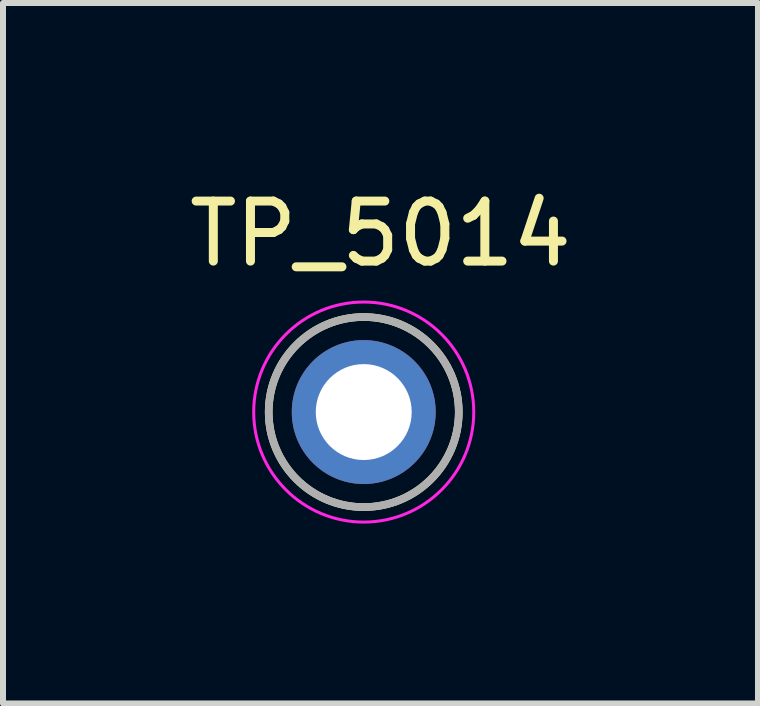
<source format=kicad_pcb>
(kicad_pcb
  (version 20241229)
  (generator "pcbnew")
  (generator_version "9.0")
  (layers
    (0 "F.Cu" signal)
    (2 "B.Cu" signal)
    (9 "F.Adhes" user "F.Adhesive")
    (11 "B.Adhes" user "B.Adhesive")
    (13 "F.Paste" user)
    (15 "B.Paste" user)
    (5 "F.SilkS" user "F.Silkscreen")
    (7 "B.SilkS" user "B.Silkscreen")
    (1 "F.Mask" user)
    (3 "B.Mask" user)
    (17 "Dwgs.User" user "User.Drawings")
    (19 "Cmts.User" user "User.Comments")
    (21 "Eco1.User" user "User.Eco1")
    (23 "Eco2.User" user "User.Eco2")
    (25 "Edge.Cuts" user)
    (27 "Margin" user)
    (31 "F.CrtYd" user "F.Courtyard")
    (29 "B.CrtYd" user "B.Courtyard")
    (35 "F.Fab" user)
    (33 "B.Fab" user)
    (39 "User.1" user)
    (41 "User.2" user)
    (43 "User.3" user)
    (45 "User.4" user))
  (footprint "TP_5014"
    (layer "F.Cu")
    (at 3.016 3.822)
    (property "Reference" "TP_5014" (at 0.28 -2.973 0) (layer "F.SilkS") (effects (font (size 1.001 1.001) (thickness 0.15))))
    (attr through_hole)
    (fp_circle (center 0 0) (end 1.585 0) (stroke (width 0.127) (type solid)) (fill no) (layer "F.SilkS"))
    (fp_circle (center 0 0) (end 1.835 0) (stroke (width 0.05) (type solid)) (fill no) (layer "F.CrtYd"))
    (fp_circle (center 0 0) (end 1.585 0) (stroke (width 0.127) (type solid)) (fill no) (layer "F.Fab"))
    (pad "TP" thru_hole circle (at 0 0) (size 2.4 2.4) (drill 1.6) (layers "*.Cu" "*.Mask")))
  (gr_rect
    (start -3 -3)
    (end 9.591 8.682)
    (stroke (width 0.1) (type default))
    (fill no)
    (layer "Edge.Cuts")))
</source>
